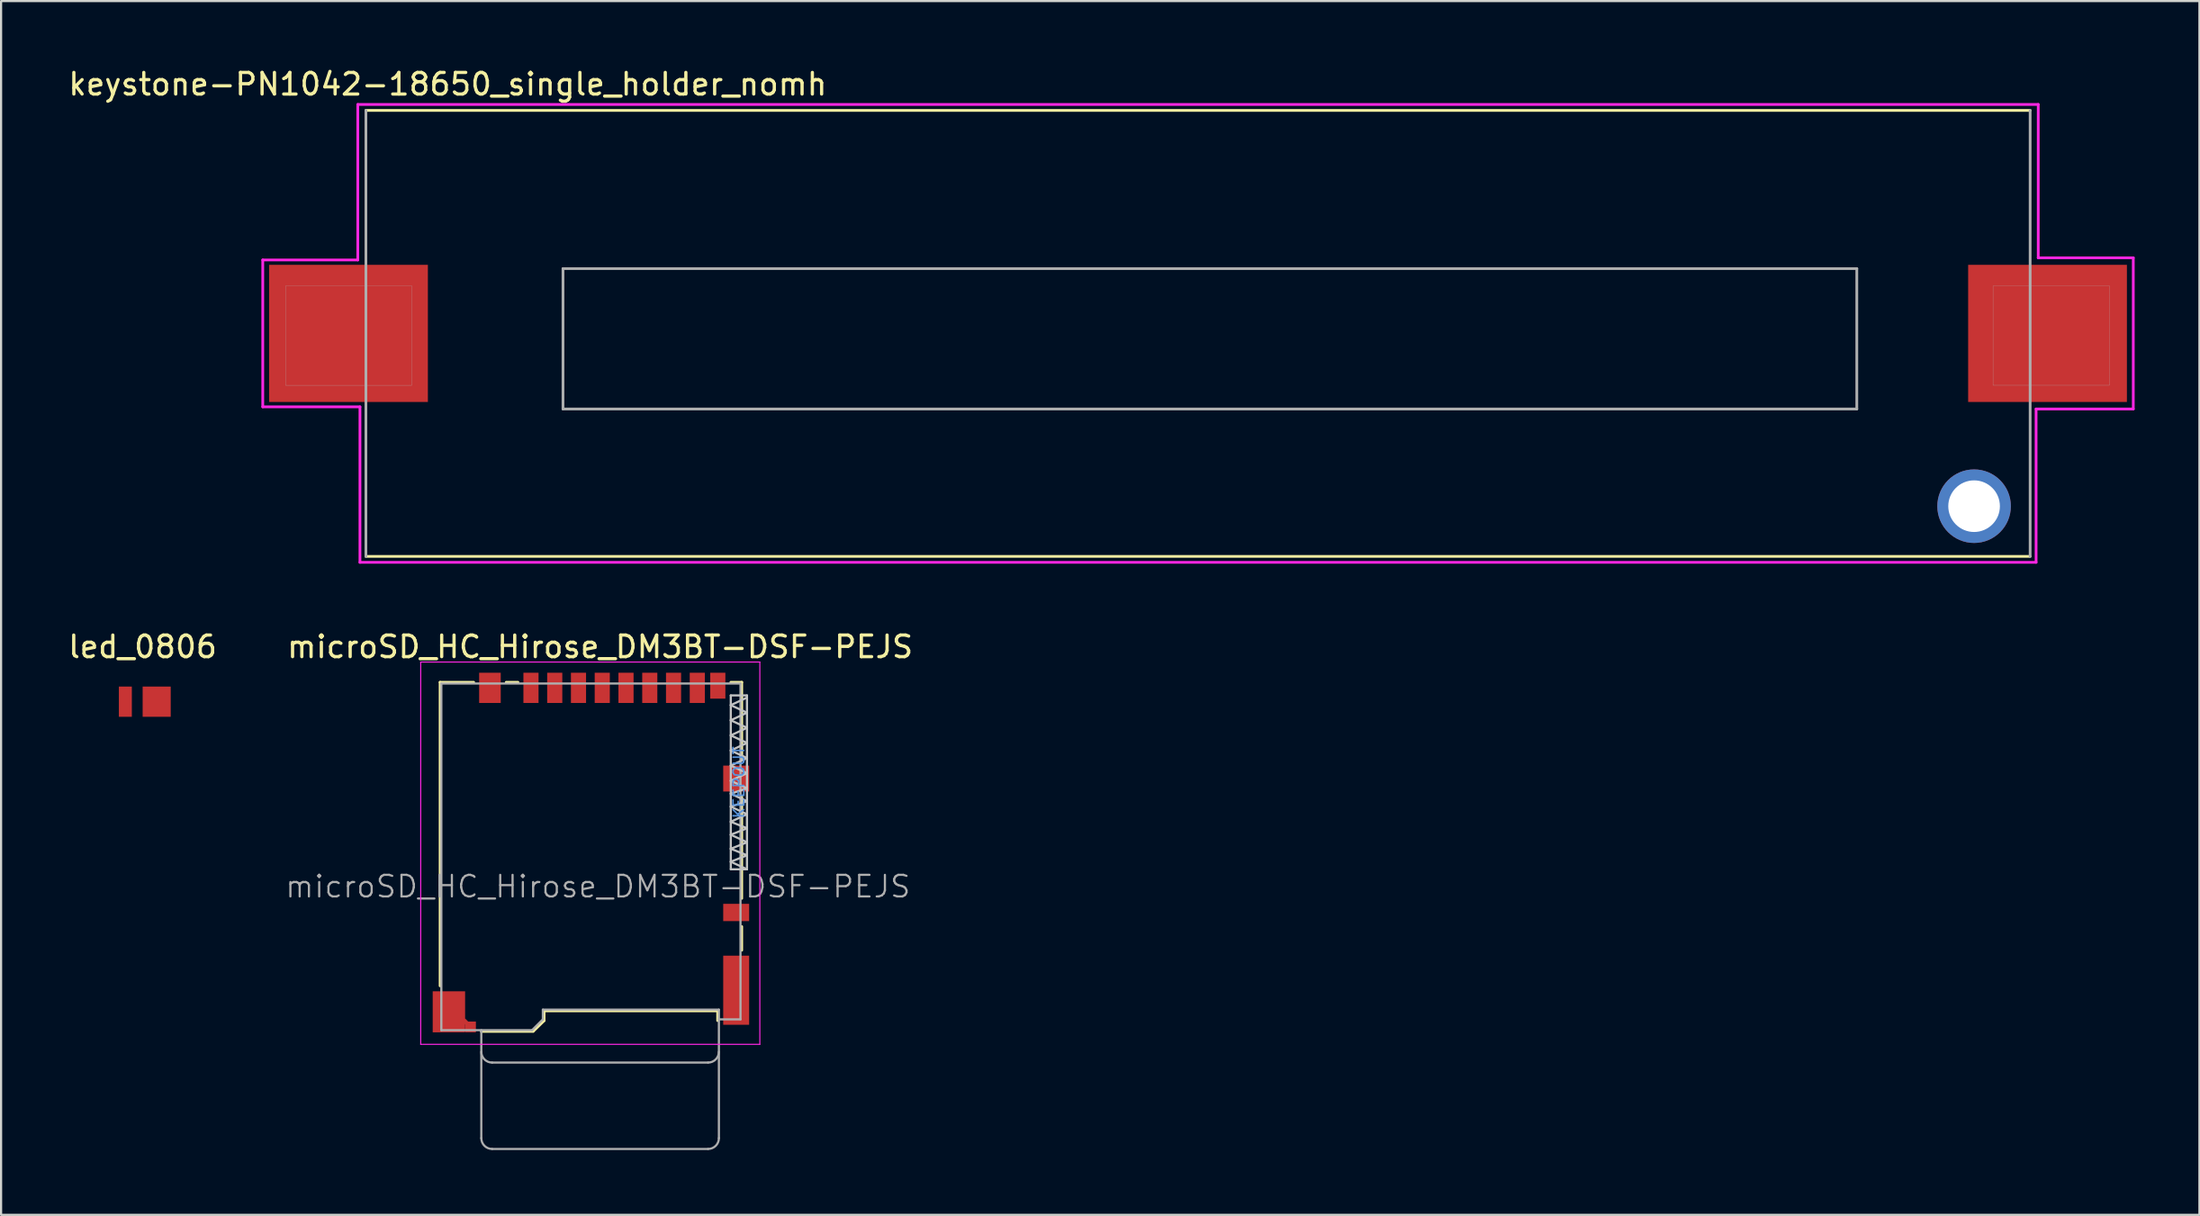
<source format=kicad_pcb>
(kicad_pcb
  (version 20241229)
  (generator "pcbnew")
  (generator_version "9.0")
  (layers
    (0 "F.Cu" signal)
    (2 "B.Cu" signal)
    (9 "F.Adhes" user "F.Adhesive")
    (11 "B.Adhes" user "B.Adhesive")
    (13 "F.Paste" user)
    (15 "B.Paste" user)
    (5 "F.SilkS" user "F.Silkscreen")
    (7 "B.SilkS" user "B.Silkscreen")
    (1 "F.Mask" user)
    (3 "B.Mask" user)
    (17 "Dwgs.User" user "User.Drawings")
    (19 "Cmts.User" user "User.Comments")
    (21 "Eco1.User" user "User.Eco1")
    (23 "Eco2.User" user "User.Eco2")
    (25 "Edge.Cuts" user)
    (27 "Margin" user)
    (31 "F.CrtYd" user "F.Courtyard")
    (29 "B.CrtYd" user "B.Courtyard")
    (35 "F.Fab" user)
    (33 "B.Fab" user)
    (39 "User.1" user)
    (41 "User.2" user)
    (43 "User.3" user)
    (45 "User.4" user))
  (footprint "led_0806"
    (layer "F.Cu")
    (at 3.554 29.439)
    (property "Reference" "led_0806" (at 0 -2.54 0) (layer "F.SilkS") (effects (font (size 1 1) (thickness 0.15))))
    (attr through_hole)
    (pad "1" smd rect (at 0.65 0) (size 1.3 1.4) (layers "F.Cu" "F.Mask" "F.Paste"))
    (pad "2" smd rect (at -0.8 0) (size 0.6 1.4) (layers "F.Cu" "F.Mask" "F.Paste")))
  (footprint "keystone-PN1042-18650_single_holder_nomh"
    (layer "F.Cu")
    (at 52.415 12.387)
    (property "Reference" "keystone-PN1042-18650_single_holder_nomh" (at -34.736 -11.539 0) (layer "F.SilkS") (effects (font (size 1 1) (thickness 0.15))))
    (attr through_hole)
    (fp_line (start -38.525 -10.325) (end 38.525 -10.325) (stroke (width 0.127) (type solid)) (layer "F.SilkS"))
    (fp_line (start 38.525 10.325) (end -38.525 10.325) (stroke (width 0.127) (type solid)) (layer "F.SilkS"))
    (fp_line (start -43.3 -3.4) (end -38.9 -3.4) (stroke (width 0.127) (type solid)) (layer "F.CrtYd"))
    (fp_line (start -43.3 3.4) (end -43.3 -3.4) (stroke (width 0.127) (type solid)) (layer "F.CrtYd"))
    (fp_line (start -38.9 -10.6) (end 38.9 -10.6) (stroke (width 0.127) (type solid)) (layer "F.CrtYd"))
    (fp_line (start -38.9 -3.4) (end -38.9 -10.6) (stroke (width 0.127) (type solid)) (layer "F.CrtYd"))
    (fp_line (start -38.8 3.4) (end -43.3 3.4) (stroke (width 0.127) (type solid)) (layer "F.CrtYd"))
    (fp_line (start -38.8 10.6) (end -38.8 3.4) (stroke (width 0.127) (type solid)) (layer "F.CrtYd"))
    (fp_line (start 38.8 3.5) (end 38.8 10.6) (stroke (width 0.127) (type solid)) (layer "F.CrtYd"))
    (fp_line (start 38.8 10.6) (end -38.8 10.6) (stroke (width 0.127) (type solid)) (layer "F.CrtYd"))
    (fp_line (start 38.9 -10.6) (end 38.9 -3.5) (stroke (width 0.127) (type solid)) (layer "F.CrtYd"))
    (fp_line (start 38.9 -3.5) (end 43.3 -3.5) (stroke (width 0.127) (type solid)) (layer "F.CrtYd"))
    (fp_line (start 43.3 -3.5) (end 43.3 3.5) (stroke (width 0.127) (type solid)) (layer "F.CrtYd"))
    (fp_line (start 43.3 3.5) (end 38.8 3.5) (stroke (width 0.127) (type solid)) (layer "F.CrtYd"))
    (fp_line (start -38.525 10.325) (end -38.525 -10.325) (stroke (width 0.127) (type solid)) (layer "F.Fab"))
    (fp_line (start -29.4 -3) (end -29.4 3.5) (stroke (width 0.127) (type solid)) (layer "F.Fab"))
    (fp_line (start -29.4 3.5) (end 30.5 3.5) (stroke (width 0.127) (type solid)) (layer "F.Fab"))
    (fp_line (start 30.5 -3) (end -29.4 -3) (stroke (width 0.127) (type solid)) (layer "F.Fab"))
    (fp_line (start 30.5 3.5) (end 30.5 -3) (stroke (width 0.127) (type solid)) (layer "F.Fab"))
    (fp_line (start 38.525 -10.325) (end 38.525 10.325) (stroke (width 0.127) (type solid)) (layer "F.Fab"))
    (fp_poly (pts (xy -42.246 -2.2) (xy -36.4 -2.2) (xy -36.4 2.403) (xy -42.246 2.403)) (stroke (width 0.01) (type solid)) (fill no) (layer "F.Fab"))
    (fp_poly (pts (xy 36.807 -2.2) (xy 42.2 -2.2) (xy 42.2 2.4) (xy 36.807 2.4)) (stroke (width 0.01) (type solid)) (fill no) (layer "F.Fab"))
    (pad "+" smd rect (at 39.33 0) (size 7.35 6.35) (layers "F.Cu" "F.Mask" "F.Paste"))
    (pad "-" smd rect (at -39.33 0) (size 7.35 6.35) (layers "F.Cu" "F.Mask" "F.Paste"))
    (pad "P$3" thru_hole circle (at 35.93 8) (size 3.406 3.406) (drill 2.39) (layers "*.Cu" "*.Mask")))
  (footprint "microSD_HC_Hirose_DM3BT-DSF-PEJS"
    (layer "F.Cu")
    (at 24.308 36.424)
    (property "Reference" "microSD_HC_Hirose_DM3BT-DSF-PEJS" (at 0.425 -9.525 0) (layer "F.SilkS") (effects (font (size 1 1) (thickness 0.15))))
    (attr smd)
    (fp_line (start -6.985 -7.885) (end -6.985 6.175) (stroke (width 0.12) (type solid)) (layer "F.SilkS"))
    (fp_line (start -6.985 -7.885) (end -5.425 -7.885) (stroke (width 0.12) (type solid)) (layer "F.SilkS"))
    (fp_line (start -5.075 8.285) (end -2.675 8.285) (stroke (width 0.12) (type solid)) (layer "F.SilkS"))
    (fp_line (start -3.375 -7.885) (end -3.925 -7.885) (stroke (width 0.12) (type solid)) (layer "F.SilkS"))
    (fp_line (start -2.665 8.275) (end -2.165 7.785) (stroke (width 0.12) (type solid)) (layer "F.SilkS"))
    (fp_line (start -2.165 7.335) (end -2.165 7.785) (stroke (width 0.12) (type solid)) (layer "F.SilkS"))
    (fp_line (start 5.865 7.335) (end -2.165 7.335) (stroke (width 0.12) (type solid)) (layer "F.SilkS"))
    (fp_line (start 5.865 7.335) (end 5.865 7.785) (stroke (width 0.12) (type solid)) (layer "F.SilkS"))
    (fp_line (start 6.475 -7.885) (end 6.985 -7.885) (stroke (width 0.12) (type solid)) (layer "F.SilkS"))
    (fp_line (start 6.985 -7.885) (end 6.985 -4.275) (stroke (width 0.12) (type solid)) (layer "F.SilkS"))
    (fp_line (start 6.985 -2.575) (end 6.985 2.125) (stroke (width 0.12) (type solid)) (layer "F.SilkS"))
    (fp_line (start 6.985 3.425) (end 6.985 4.525) (stroke (width 0.12) (type solid)) (layer "F.SilkS"))
    (fp_line (start 6.475 -6.825) (end 7.225 -7.175) (stroke (width 0.1) (type solid)) (layer "Dwgs.User"))
    (fp_line (start 6.475 -6.125) (end 7.225 -6.475) (stroke (width 0.1) (type solid)) (layer "Dwgs.User"))
    (fp_line (start 6.475 -5.425) (end 7.225 -5.775) (stroke (width 0.1) (type solid)) (layer "Dwgs.User"))
    (fp_line (start 6.475 -4.725) (end 7.225 -5.075) (stroke (width 0.1) (type solid)) (layer "Dwgs.User"))
    (fp_line (start 6.475 -4.025) (end 7.225 -4.375) (stroke (width 0.1) (type solid)) (layer "Dwgs.User"))
    (fp_line (start 6.475 -3.325) (end 7.225 -3.675) (stroke (width 0.1) (type solid)) (layer "Dwgs.User"))
    (fp_line (start 6.475 -2.725) (end 7.225 -2.975) (stroke (width 0.1) (type solid)) (layer "Dwgs.User"))
    (fp_line (start 6.475 -2.125) (end 7.225 -2.375) (stroke (width 0.1) (type solid)) (layer "Dwgs.User"))
    (fp_line (start 6.475 -1.425) (end 7.225 -1.775) (stroke (width 0.1) (type solid)) (layer "Dwgs.User"))
    (fp_line (start 6.475 -0.825) (end 7.225 -1.125) (stroke (width 0.1) (type solid)) (layer "Dwgs.User"))
    (fp_line (start 6.475 -0.175) (end 7.225 -0.475) (stroke (width 0.1) (type solid)) (layer "Dwgs.User"))
    (fp_line (start 6.475 0.425) (end 7.225 0.125) (stroke (width 0.1) (type solid)) (layer "Dwgs.User"))
    (fp_line (start 6.475 0.775) (end 6.475 -7.275) (stroke (width 0.1) (type solid)) (layer "Dwgs.User"))
    (fp_line (start 7.225 -7.275) (end 6.475 -7.275) (stroke (width 0.1) (type solid)) (layer "Dwgs.User"))
    (fp_line (start 7.225 -6.475) (end 6.475 -6.825) (stroke (width 0.1) (type solid)) (layer "Dwgs.User"))
    (fp_line (start 7.225 -5.775) (end 6.475 -6.125) (stroke (width 0.1) (type solid)) (layer "Dwgs.User"))
    (fp_line (start 7.225 -5.075) (end 6.475 -5.425) (stroke (width 0.1) (type solid)) (layer "Dwgs.User"))
    (fp_line (start 7.225 -4.375) (end 6.475 -4.725) (stroke (width 0.1) (type solid)) (layer "Dwgs.User"))
    (fp_line (start 7.225 -3.675) (end 6.475 -4.025) (stroke (width 0.1) (type solid)) (layer "Dwgs.User"))
    (fp_line (start 7.225 -2.975) (end 6.475 -3.325) (stroke (width 0.1) (type solid)) (layer "Dwgs.User"))
    (fp_line (start 7.225 -2.375) (end 6.475 -2.725) (stroke (width 0.1) (type solid)) (layer "Dwgs.User"))
    (fp_line (start 7.225 -1.775) (end 6.475 -2.125) (stroke (width 0.1) (type solid)) (layer "Dwgs.User"))
    (fp_line (start 7.225 -1.125) (end 6.475 -1.425) (stroke (width 0.1) (type solid)) (layer "Dwgs.User"))
    (fp_line (start 7.225 -0.475) (end 6.475 -0.825) (stroke (width 0.1) (type solid)) (layer "Dwgs.User"))
    (fp_line (start 7.225 0.125) (end 6.475 -0.175) (stroke (width 0.1) (type solid)) (layer "Dwgs.User"))
    (fp_line (start 7.225 0.775) (end 6.475 0.425) (stroke (width 0.1) (type solid)) (layer "Dwgs.User"))
    (fp_line (start 7.225 0.775) (end 6.475 0.775) (stroke (width 0.1) (type solid)) (layer "Dwgs.User"))
    (fp_line (start 7.225 0.775) (end 7.225 -7.275) (stroke (width 0.1) (type solid)) (layer "Dwgs.User"))
    (fp_line (start -7.88 -8.82) (end 7.82 -8.82) (stroke (width 0.05) (type solid)) (layer "F.CrtYd"))
    (fp_line (start -7.88 8.88) (end -7.88 -8.82) (stroke (width 0.05) (type solid)) (layer "F.CrtYd"))
    (fp_line (start 7.82 -8.82) (end 7.82 8.88) (stroke (width 0.05) (type solid)) (layer "F.CrtYd"))
    (fp_line (start 7.82 8.88) (end -7.88 8.88) (stroke (width 0.05) (type solid)) (layer "F.CrtYd"))
    (fp_line (start -6.925 -7.825) (end 6.925 -7.825) (stroke (width 0.1) (type solid)) (layer "F.Fab"))
    (fp_line (start -6.925 8.225) (end -6.925 -7.825) (stroke (width 0.1) (type solid)) (layer "F.Fab"))
    (fp_line (start -6.925 8.225) (end -2.725 8.225) (stroke (width 0.1) (type solid)) (layer "F.Fab"))
    (fp_line (start -5.075 8.225) (end -5.075 13.225) (stroke (width 0.1) (type solid)) (layer "F.Fab"))
    (fp_line (start -4.575 9.725) (end 5.425 9.725) (stroke (width 0.1) (type solid)) (layer "F.Fab"))
    (fp_line (start -4.575 13.725) (end 5.425 13.725) (stroke (width 0.1) (type solid)) (layer "F.Fab"))
    (fp_line (start -2.225 7.275) (end -2.225 7.725) (stroke (width 0.1) (type solid)) (layer "F.Fab"))
    (fp_line (start -2.225 7.275) (end 5.925 7.275) (stroke (width 0.1) (type solid)) (layer "F.Fab"))
    (fp_line (start -2.225 7.725) (end -2.725 8.225) (stroke (width 0.1) (type solid)) (layer "F.Fab"))
    (fp_line (start 5.925 13.225) (end 5.925 7.275) (stroke (width 0.1) (type solid)) (layer "F.Fab"))
    (fp_line (start 6.925 7.725) (end 5.925 7.725) (stroke (width 0.1) (type solid)) (layer "F.Fab"))
    (fp_line (start 6.925 7.725) (end 6.925 -7.825) (stroke (width 0.1) (type solid)) (layer "F.Fab"))
    (fp_arc (start -4.575 9.725) (mid -4.928553 9.578553) (end -5.075 9.225) (stroke (width 0.1) (type solid)) (layer "F.Fab"))
    (fp_arc (start -4.575 13.725) (mid -4.928553 13.578553) (end -5.075 13.225) (stroke (width 0.1) (type solid)) (layer "F.Fab"))
    (fp_arc (start 5.925 9.225) (mid 5.778553 9.578553) (end 5.425 9.725) (stroke (width 0.1) (type solid)) (layer "F.Fab"))
    (fp_arc (start 5.925 13.225) (mid 5.778553 13.578553) (end 5.425 13.725) (stroke (width 0.1) (type solid)) (layer "F.Fab"))
    (fp_text user "KEEPOUT" (at 6.85 -3.25 90) (layer "Cmts.User") (effects (font (size 0.5 0.5) (thickness 0.07))))
    (fp_text user "${REFERENCE}" (at 0.325 1.575 0) (layer "F.Fab") (effects (font (size 1 1) (thickness 0.1))))
    (pad "1" smd rect (at -2.775 -7.625) (size 0.7 1.4) (layers "F.Cu" "F.Mask" "F.Paste"))
    (pad "2" smd rect (at -1.675 -7.625) (size 0.7 1.4) (layers "F.Cu" "F.Mask" "F.Paste"))
    (pad "3" smd rect (at -0.575 -7.625) (size 0.7 1.4) (layers "F.Cu" "F.Mask" "F.Paste"))
    (pad "4" smd rect (at 0.525 -7.625) (size 0.7 1.4) (layers "F.Cu" "F.Mask" "F.Paste"))
    (pad "5" smd rect (at 1.625 -7.625) (size 0.7 1.4) (layers "F.Cu" "F.Mask" "F.Paste"))
    (pad "6" smd rect (at 2.725 -7.625) (size 0.7 1.4) (layers "F.Cu" "F.Mask" "F.Paste"))
    (pad "7" smd rect (at 3.825 -7.625) (size 0.7 1.4) (layers "F.Cu" "F.Mask" "F.Paste"))
    (pad "8" smd rect (at 4.925 -7.625) (size 0.7 1.4) (layers "F.Cu" "F.Mask" "F.Paste"))
    (pad "9" smd rect (at 5.875 -7.725) (size 0.7 1.2) (layers "F.Cu" "F.Mask" "F.Paste"))
    (pad "10" smd rect (at 6.725 2.775) (size 1.2 0.8) (layers "F.Cu" "F.Mask" "F.Paste"))
    (pad "11" smd rect (at -6.575 7.375) (size 1.5 1.9) (layers "F.Cu" "F.Mask" "F.Paste"))
    (pad "11" smd rect (at -5.825 7.825 45) (size 0.2 0.2) (layers "F.Cu" "F.Mask" "F.Paste"))
    (pad "11" smd rect (at -5.575 8.075) (size 0.5 0.5) (layers "F.Cu" "F.Mask" "F.Paste"))
    (pad "11" smd rect (at -4.675 -7.625) (size 1 1.4) (layers "F.Cu" "F.Mask" "F.Paste"))
    (pad "11" smd rect (at 6.725 -3.425) (size 1.2 1.2) (layers "F.Cu" "F.Mask" "F.Paste"))
    (pad "11" smd rect (at 6.725 6.375) (size 1.2 3.2) (layers "F.Cu" "F.Mask" "F.Paste")))
  (gr_rect
    (start -3 -3)
    (end 98.778 53.199)
    (stroke (width 0.1) (type default))
    (fill no)
    (layer "Edge.Cuts")))
</source>
